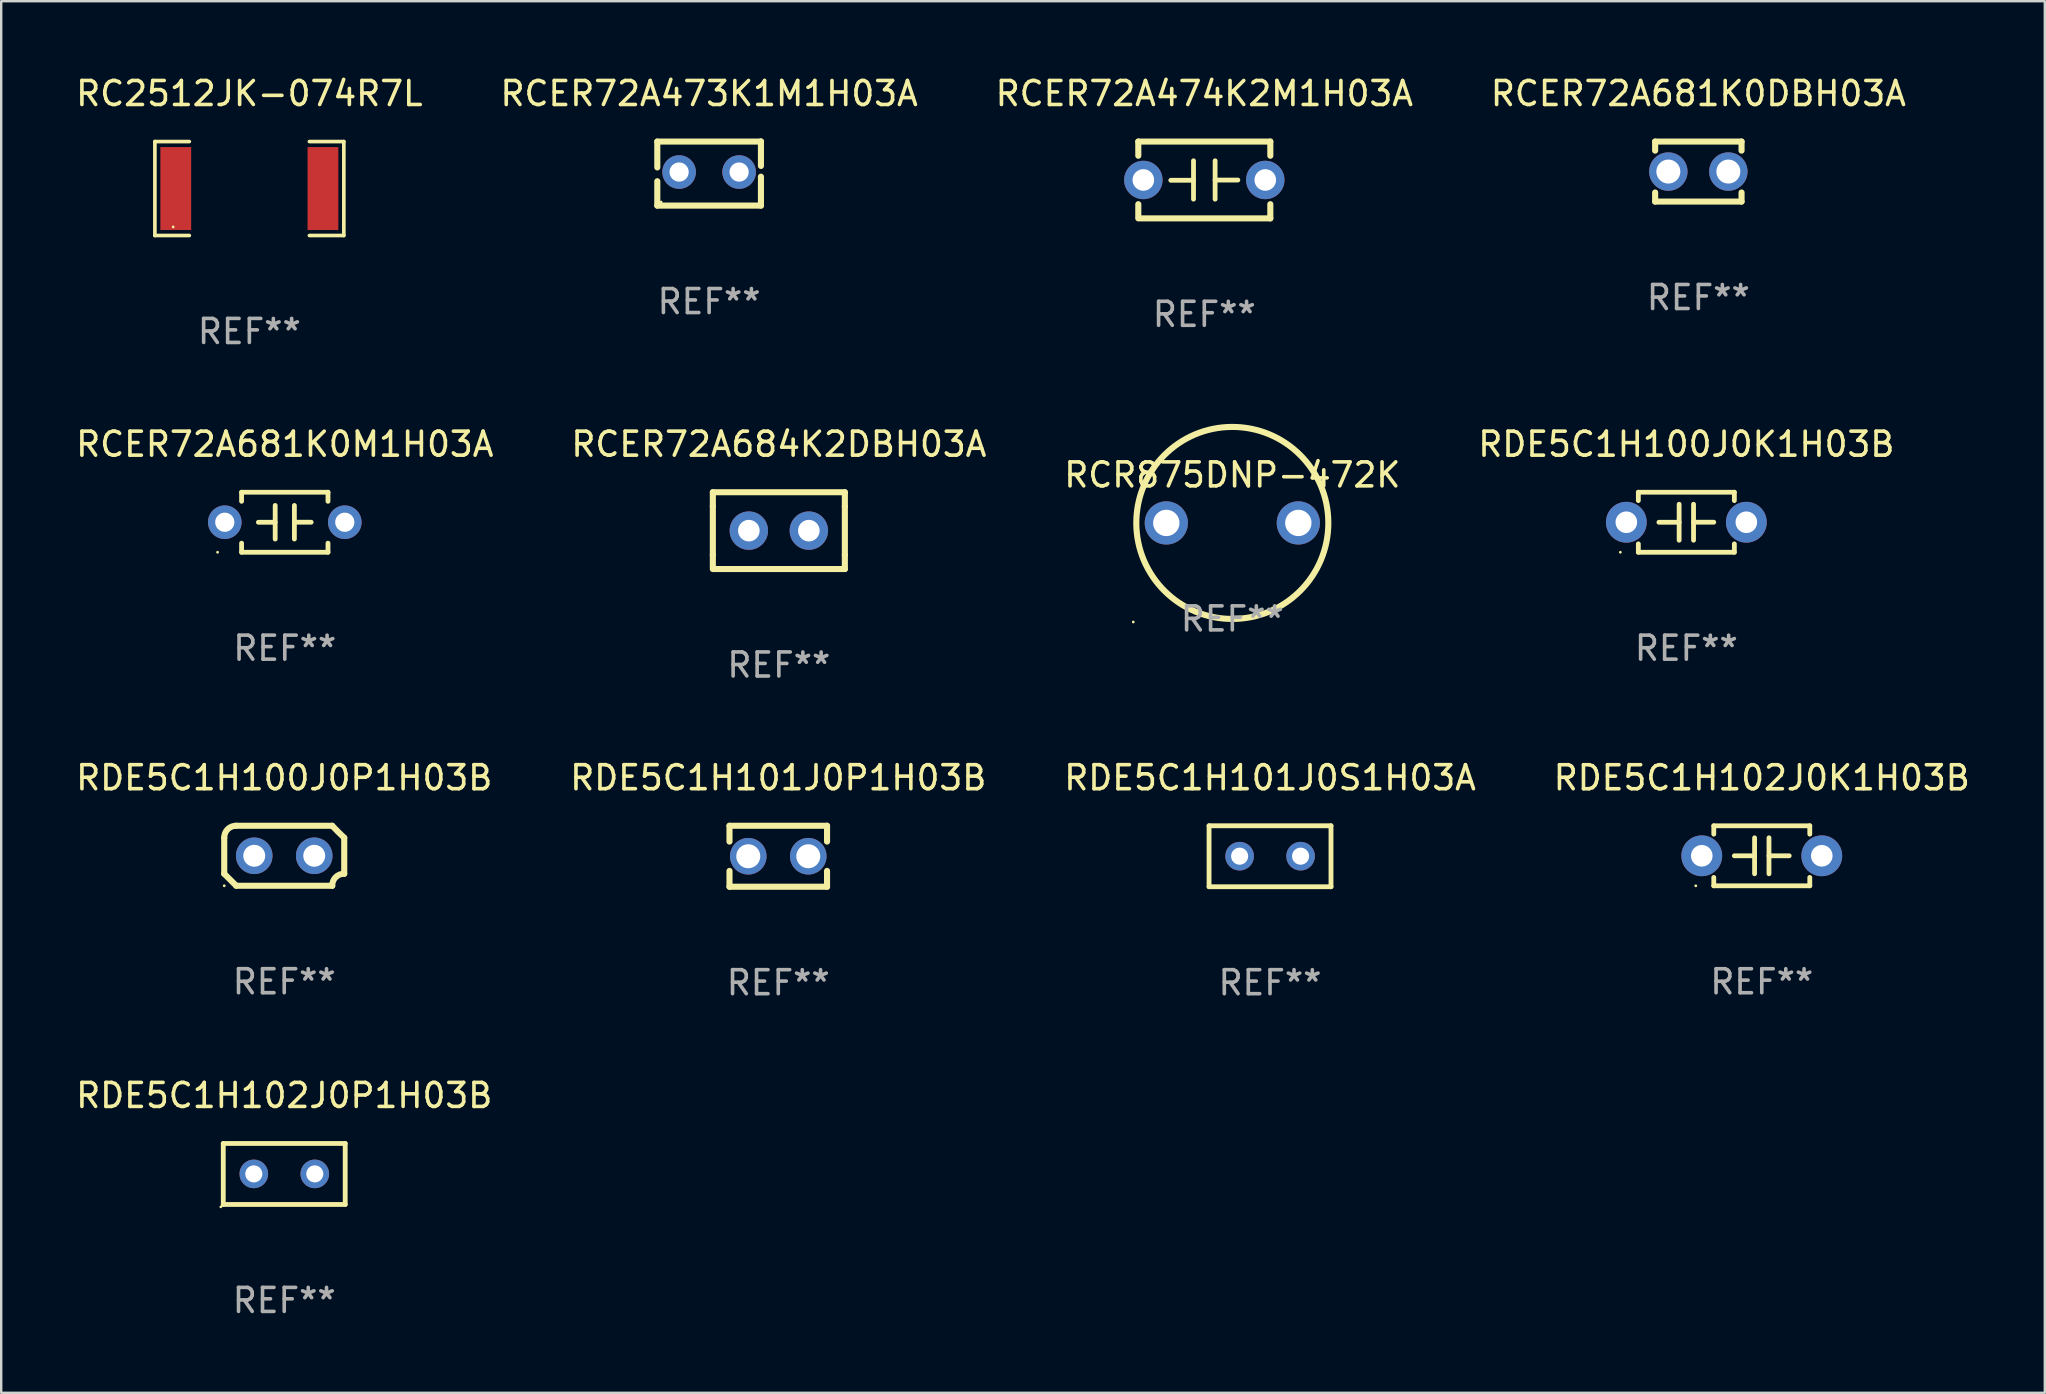
<source format=kicad_pcb>
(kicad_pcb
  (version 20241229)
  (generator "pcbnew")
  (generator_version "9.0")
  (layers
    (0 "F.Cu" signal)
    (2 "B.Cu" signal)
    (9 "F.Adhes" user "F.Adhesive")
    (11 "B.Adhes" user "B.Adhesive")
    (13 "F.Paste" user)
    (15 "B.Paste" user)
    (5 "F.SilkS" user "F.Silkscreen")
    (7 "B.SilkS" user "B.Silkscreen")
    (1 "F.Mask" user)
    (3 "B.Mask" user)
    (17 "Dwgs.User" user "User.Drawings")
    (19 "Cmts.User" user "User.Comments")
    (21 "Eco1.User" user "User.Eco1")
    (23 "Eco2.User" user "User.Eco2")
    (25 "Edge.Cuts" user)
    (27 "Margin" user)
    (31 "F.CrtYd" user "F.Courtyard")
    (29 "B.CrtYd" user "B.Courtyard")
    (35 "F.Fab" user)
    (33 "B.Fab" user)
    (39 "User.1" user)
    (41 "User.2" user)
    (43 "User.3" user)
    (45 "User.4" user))
  (footprint "RDE5C1H101J0S1H03A"
    (layer "F.Cu")
    (at 49.863 32.624)
    (property "Reference" "RDE5C1H101J0S1H03A" (at 0 -3.27 0) (layer "F.SilkS") (effects (font (size 1 1) (thickness 0.15))))
    (attr through_hole)
    (fp_line (start -2.54 -1.27) (end -2.54 1.27) (stroke (width 0.201) (type solid)) (layer "F.SilkS"))
    (fp_line (start -2.54 1.27) (end 2.54 1.27) (stroke (width 0.201) (type solid)) (layer "F.SilkS"))
    (fp_line (start 2.54 -1.27) (end -2.54 -1.27) (stroke (width 0.201) (type solid)) (layer "F.SilkS"))
    (fp_line (start 2.54 1.27) (end 2.54 -1.27) (stroke (width 0.201) (type solid)) (layer "F.SilkS"))
    (fp_circle (center -2.497 1.247) (end -2.467 1.247) (stroke (width 0.06) (type solid)) (fill no) (layer "F.SilkS"))
    (fp_text user "REF**" (at 0 5.27 0) (layer "F.Fab") (effects (font (size 1 1) (thickness 0.15))))
    (pad "1" thru_hole circle (at -1.267 -0.003) (size 1.194 1.194) (drill 0.711) (layers "*.Cu" "*.Mask"))
    (pad "2" thru_hole circle (at 1.273 -0.003) (size 1.194 1.194) (drill 0.711) (layers "*.Cu" "*.Mask")))
  (footprint "RDE5C1H100J0P1H03B"
    (layer "F.Cu")
    (at 8.792 32.604)
    (property "Reference" "RDE5C1H100J0P1H03B" (at 0 -3.25 0) (layer "F.SilkS") (effects (font (size 1 1) (thickness 0.15))))
    (attr through_hole)
    (fp_line (start -2.5 -0.75) (end -2.5 0.75) (stroke (width 0.254) (type solid)) (layer "F.SilkS"))
    (fp_line (start -2 -1.25) (end 2 -1.25) (stroke (width 0.254) (type solid)) (layer "F.SilkS"))
    (fp_line (start 2 1.25) (end -2 1.25) (stroke (width 0.254) (type solid)) (layer "F.SilkS"))
    (fp_line (start 2.5 0.75) (end 2.5 -0.75) (stroke (width 0.254) (type solid)) (layer "F.SilkS"))
    (fp_arc (start -2.5 0.749962) (mid -2.249559 0.999558) (end -1.99929 1.249325) (stroke (width 0.254001) (type solid)) (layer "F.SilkS"))
    (fp_arc (start -2.499366 -0.749302) (mid -2.356411 -1.106098) (end -2 -1.250013) (stroke (width 0.254001) (type solid)) (layer "F.SilkS"))
    (fp_arc (start 2 1.250013) (mid 2.142747 0.89301) (end 2.499364 0.749302) (stroke (width 0.254001) (type solid)) (layer "F.SilkS"))
    (fp_arc (start 2.5 -0.749962) (mid 2.245609 -0.995598) (end 1.999289 -1.249327) (stroke (width 0.254001) (type solid)) (layer "F.SilkS"))
    (fp_circle (center -2.5 1.25) (end -2.47 1.25) (stroke (width 0.06) (type solid)) (fill no) (layer "F.SilkS"))
    (fp_text user "REF**" (at 0 5.25 0) (layer "F.Fab") (effects (font (size 1 1) (thickness 0.15))))
    (pad "1" thru_hole circle (at -1.25 0) (size 1.524 1.524) (drill 0.914) (layers "*.Cu" "*.Mask"))
    (pad "2" thru_hole circle (at 1.25 0) (size 1.524 1.524) (drill 0.914) (layers "*.Cu" "*.Mask")))
  (footprint "RCER72A684K2DBH03A"
    (layer "F.Cu")
    (at 29.399 19.058)
    (property "Reference" "RCER72A684K2DBH03A" (at 0 -3.6 0) (layer "F.SilkS") (effects (font (size 1 1) (thickness 0.15))))
    (attr through_hole)
    (fp_line (start -2.75 -1.6) (end -2.75 -1.01) (stroke (width 0.254) (type solid)) (layer "F.SilkS"))
    (fp_line (start -2.75 -1.6) (end 2.75 -1.6) (stroke (width 0.254) (type solid)) (layer "F.SilkS"))
    (fp_line (start -2.75 -1.01) (end -2.75 1.01) (stroke (width 0.254) (type solid)) (layer "F.SilkS"))
    (fp_line (start -2.75 1.01) (end -2.75 1.524) (stroke (width 0.254) (type solid)) (layer "F.SilkS"))
    (fp_line (start -2.75 1.6) (end 2.75 1.6) (stroke (width 0.254) (type solid)) (layer "F.SilkS"))
    (fp_line (start 2.75 -1.6) (end 2.75 -1.01) (stroke (width 0.254) (type solid)) (layer "F.SilkS"))
    (fp_line (start 2.75 -1.01) (end 2.75 1.01) (stroke (width 0.254) (type solid)) (layer "F.SilkS"))
    (fp_line (start 2.75 1.01) (end 2.75 1.6) (stroke (width 0.254) (type solid)) (layer "F.SilkS"))
    (fp_circle (center -2.75 1.6) (end -2.72 1.6) (stroke (width 0.06) (type solid)) (fill no) (layer "F.SilkS"))
    (fp_text user "REF**" (at 0 5.6 0) (layer "F.Fab") (effects (font (size 1 1) (thickness 0.15))))
    (pad "1" thru_hole circle (at -1.25 0) (size 1.6 1.6) (drill 0.9) (layers "*.Cu" "*.Mask"))
    (pad "2" thru_hole circle (at 1.25 0) (size 1.6 1.6) (drill 0.9) (layers "*.Cu" "*.Mask")))
  (footprint "RCER72A474K2M1H03A"
    (layer "F.Cu")
    (at 47.125 4.448)
    (property "Reference" "RCER72A474K2M1H03A" (at 0 -3.6 0) (layer "F.SilkS") (effects (font (size 1 1) (thickness 0.15))))
    (attr through_hole)
    (fp_line (start -2.75 -1.6) (end -2.75 -1.009) (stroke (width 0.254) (type solid)) (layer "F.SilkS"))
    (fp_line (start -2.75 -1.6) (end 2.75 -1.6) (stroke (width 0.254) (type solid)) (layer "F.SilkS"))
    (fp_line (start -2.75 1.009) (end -2.75 1.524) (stroke (width 0.254) (type solid)) (layer "F.SilkS"))
    (fp_line (start -2.75 1.6) (end 2.75 1.6) (stroke (width 0.254) (type solid)) (layer "F.SilkS"))
    (fp_line (start -0.45 -0.8) (end -0.45 0.8) (stroke (width 0.2) (type solid)) (layer "F.SilkS"))
    (fp_line (start -0.45 0.013) (end -1.397 0.013) (stroke (width 0.2) (type solid)) (layer "F.SilkS"))
    (fp_line (start 0.45 0.003) (end 1.397 0.003) (stroke (width 0.2) (type solid)) (layer "F.SilkS"))
    (fp_line (start 0.45 0.8) (end 0.45 -0.8) (stroke (width 0.2) (type solid)) (layer "F.SilkS"))
    (fp_line (start 2.75 -1.6) (end 2.75 -1.009) (stroke (width 0.254) (type solid)) (layer "F.SilkS"))
    (fp_line (start 2.75 1.009) (end 2.75 1.6) (stroke (width 0.254) (type solid)) (layer "F.SilkS"))
    (fp_circle (center -2.79 1.6) (end -2.76 1.6) (stroke (width 0.06) (type solid)) (fill no) (layer "F.SilkS"))
    (fp_text user "REF**" (at 0 5.6 0) (layer "F.Fab") (effects (font (size 1 1) (thickness 0.15))))
    (pad "1" thru_hole circle (at -2.54 0) (size 1.6 1.6) (drill 0.9) (layers "*.Cu" "*.Mask"))
    (pad "2" thru_hole circle (at 2.54 0) (size 1.6 1.6) (drill 0.9) (layers "*.Cu" "*.Mask")))
  (footprint "RDE5C1H100J0K1H03B"
    (layer "F.Cu")
    (at 67.208 18.708)
    (property "Reference" "RDE5C1H100J0K1H03B" (at 0 -3.25 0) (layer "F.SilkS") (effects (font (size 1 1) (thickness 0.15))))
    (attr through_hole)
    (fp_line (start -2 -1.25) (end -2 -0.901) (stroke (width 0.2) (type solid)) (layer "F.SilkS"))
    (fp_line (start -2 -1.25) (end 2 -1.25) (stroke (width 0.2) (type solid)) (layer "F.SilkS"))
    (fp_line (start -2 0.901) (end -2 1.25) (stroke (width 0.2) (type solid)) (layer "F.SilkS"))
    (fp_line (start -0.3 -0.75) (end -0.3 0.75) (stroke (width 0.2) (type solid)) (layer "F.SilkS"))
    (fp_line (start -0.3 0.001) (end -1.143 0.001) (stroke (width 0.2) (type solid)) (layer "F.SilkS"))
    (fp_line (start 0.3 -0.001) (end 1.143 -0.001) (stroke (width 0.2) (type solid)) (layer "F.SilkS"))
    (fp_line (start 0.3 0.75) (end 0.3 -0.75) (stroke (width 0.2) (type solid)) (layer "F.SilkS"))
    (fp_line (start 2 -1.25) (end 2 -0.901) (stroke (width 0.2) (type solid)) (layer "F.SilkS"))
    (fp_line (start 2 0.901) (end 2 1.25) (stroke (width 0.2) (type solid)) (layer "F.SilkS"))
    (fp_line (start 2 1.25) (end -2 1.25) (stroke (width 0.2) (type solid)) (layer "F.SilkS"))
    (fp_circle (center -2.75 1.25) (end -2.72 1.25) (stroke (width 0.06) (type solid)) (fill no) (layer "F.SilkS"))
    (fp_text user "REF**" (at 0 5.25 0) (layer "F.Fab") (effects (font (size 1 1) (thickness 0.15))))
    (pad "1" thru_hole circle (at -2.5 0) (size 1.7 1.7) (drill 0.9) (layers "*.Cu" "*.Mask"))
    (pad "2" thru_hole circle (at 2.5 0) (size 1.7 1.7) (drill 0.9) (layers "*.Cu" "*.Mask")))
  (footprint "RCER72A681K0DBH03A"
    (layer "F.Cu")
    (at 67.708 4.098)
    (property "Reference" "RCER72A681K0DBH03A" (at 0 -3.25 0) (layer "F.SilkS") (effects (font (size 1 1) (thickness 0.15))))
    (attr through_hole)
    (fp_line (start -1.8 -1.25) (end -1.8 -0.872) (stroke (width 0.254) (type solid)) (layer "F.SilkS"))
    (fp_line (start -1.8 -1.25) (end 1.8 -1.25) (stroke (width 0.254) (type solid)) (layer "F.SilkS"))
    (fp_line (start -1.8 0.872) (end -1.8 1.25) (stroke (width 0.254) (type solid)) (layer "F.SilkS"))
    (fp_line (start -1.8 1.25) (end 1.8 1.25) (stroke (width 0.254) (type solid)) (layer "F.SilkS"))
    (fp_line (start 1.8 -1.25) (end 1.8 -0.872) (stroke (width 0.254) (type solid)) (layer "F.SilkS"))
    (fp_line (start 1.8 0.872) (end 1.8 1.25) (stroke (width 0.254) (type solid)) (layer "F.SilkS"))
    (fp_circle (center -1.8 1.25) (end -1.77 1.25) (stroke (width 0.06) (type solid)) (fill no) (layer "F.SilkS"))
    (fp_text user "REF**" (at 0 5.25 0) (layer "F.Fab") (effects (font (size 1 1) (thickness 0.15))))
    (pad "1" thru_hole circle (at -1.25 0) (size 1.6 1.6) (drill 1) (layers "*.Cu" "*.Mask"))
    (pad "2" thru_hole circle (at 1.25 0) (size 1.6 1.6) (drill 1) (layers "*.Cu" "*.Mask")))
  (footprint "RC2512JK-074R7L"
    (layer "F.Cu")
    (at 7.339 4.805)
    (property "Reference" "RC2512JK-074R7L" (at 0 -3.957 0) (layer "F.SilkS") (effects (font (size 1 1) (thickness 0.15))))
    (attr through_hole)
    (fp_line (start -3.936 -1.957) (end -2.501 -1.957) (stroke (width 0.152) (type solid)) (layer "F.SilkS"))
    (fp_line (start -3.936 1.957) (end -3.936 -1.957) (stroke (width 0.152) (type solid)) (layer "F.SilkS"))
    (fp_line (start -2.501 1.957) (end -3.936 1.957) (stroke (width 0.152) (type solid)) (layer "F.SilkS"))
    (fp_line (start 2.501 1.957) (end 3.936 1.957) (stroke (width 0.152) (type solid)) (layer "F.SilkS"))
    (fp_line (start 3.936 -1.957) (end 2.501 -1.957) (stroke (width 0.152) (type solid)) (layer "F.SilkS"))
    (fp_line (start 3.936 1.957) (end 3.936 -1.957) (stroke (width 0.152) (type solid)) (layer "F.SilkS"))
    (fp_circle (center -3.175 1.6) (end -3.145 1.6) (stroke (width 0.06) (type solid)) (fill no) (layer "F.SilkS"))
    (fp_text user "REF**" (at 0 5.957 0) (layer "F.Fab") (effects (font (size 1 1) (thickness 0.15))))
    (pad "1" smd rect (at -3.066 0) (size 1.283 3.456) (layers "F.Cu" "F.Mask" "F.Paste"))
    (pad "2" smd rect (at 3.066 0) (size 1.283 3.456) (layers "F.Cu" "F.Mask" "F.Paste")))
  (footprint "RDE5C1H102J0K1H03B"
    (layer "F.Cu")
    (at 70.351 32.605)
    (property "Reference" "RDE5C1H102J0K1H03B" (at 0 -3.25 0) (layer "F.SilkS") (effects (font (size 1 1) (thickness 0.15))))
    (attr through_hole)
    (fp_line (start -2 -1.25) (end -2 -0.901) (stroke (width 0.2) (type solid)) (layer "F.SilkS"))
    (fp_line (start -2 -1.25) (end 2 -1.25) (stroke (width 0.2) (type solid)) (layer "F.SilkS"))
    (fp_line (start -2 0.901) (end -2 1.25) (stroke (width 0.2) (type solid)) (layer "F.SilkS"))
    (fp_line (start -0.3 -0.75) (end -0.3 0.75) (stroke (width 0.2) (type solid)) (layer "F.SilkS"))
    (fp_line (start -0.3 0.001) (end -1.143 0.001) (stroke (width 0.2) (type solid)) (layer "F.SilkS"))
    (fp_line (start 0.3 -0.001) (end 1.143 -0.001) (stroke (width 0.2) (type solid)) (layer "F.SilkS"))
    (fp_line (start 0.3 0.75) (end 0.3 -0.75) (stroke (width 0.2) (type solid)) (layer "F.SilkS"))
    (fp_line (start 2 -1.25) (end 2 -0.901) (stroke (width 0.2) (type solid)) (layer "F.SilkS"))
    (fp_line (start 2 0.901) (end 2 1.25) (stroke (width 0.2) (type solid)) (layer "F.SilkS"))
    (fp_line (start 2 1.25) (end -2 1.25) (stroke (width 0.2) (type solid)) (layer "F.SilkS"))
    (fp_circle (center -2.75 1.25) (end -2.72 1.25) (stroke (width 0.06) (type solid)) (fill no) (layer "F.SilkS"))
    (fp_text user "REF**" (at 0 5.25 0) (layer "F.Fab") (effects (font (size 1 1) (thickness 0.15))))
    (pad "1" thru_hole circle (at -2.5 0) (size 1.7 1.7) (drill 0.9) (layers "*.Cu" "*.Mask"))
    (pad "2" thru_hole circle (at 2.5 0) (size 1.7 1.7) (drill 0.9) (layers "*.Cu" "*.Mask")))
  (footprint "RCER72A681K0M1H03A"
    (layer "F.Cu")
    (at 8.815 18.708)
    (property "Reference" "RCER72A681K0M1H03A" (at 0 -3.25 0) (layer "F.SilkS") (effects (font (size 1 1) (thickness 0.15))))
    (attr through_hole)
    (fp_line (start -1.8 -1.25) (end -1.8 -0.872) (stroke (width 0.2) (type solid)) (layer "F.SilkS"))
    (fp_line (start -1.8 -1.25) (end 1.8 -1.25) (stroke (width 0.2) (type solid)) (layer "F.SilkS"))
    (fp_line (start -1.8 0.872) (end -1.8 1.25) (stroke (width 0.2) (type solid)) (layer "F.SilkS"))
    (fp_line (start -1.8 1.25) (end 1.8 1.25) (stroke (width 0.2) (type solid)) (layer "F.SilkS"))
    (fp_line (start -0.4 -0.7) (end -0.4 0.7) (stroke (width 0.2) (type solid)) (layer "F.SilkS"))
    (fp_line (start -0.4 0.002) (end -1.1 0.002) (stroke (width 0.2) (type solid)) (layer "F.SilkS"))
    (fp_line (start 0.4 -0.001) (end 1.1 -0.001) (stroke (width 0.2) (type solid)) (layer "F.SilkS"))
    (fp_line (start 0.4 0.7) (end 0.4 -0.7) (stroke (width 0.2) (type solid)) (layer "F.SilkS"))
    (fp_line (start 1.8 -1.25) (end 1.8 -0.872) (stroke (width 0.2) (type solid)) (layer "F.SilkS"))
    (fp_line (start 1.8 0.872) (end 1.8 1.25) (stroke (width 0.2) (type solid)) (layer "F.SilkS"))
    (fp_circle (center -2.8 1.25) (end -2.77 1.25) (stroke (width 0.06) (type solid)) (fill no) (layer "F.SilkS"))
    (fp_text user "REF**" (at 0 5.25 0) (layer "F.Fab") (effects (font (size 1 1) (thickness 0.15))))
    (pad "1" thru_hole circle (at -2.5 0) (size 1.4 1.4) (drill 0.8) (layers "*.Cu" "*.Mask"))
    (pad "2" thru_hole circle (at 2.5 0) (size 1.4 1.4) (drill 0.8) (layers "*.Cu" "*.Mask")))
  (footprint "RCER72A473K1M1H03A"
    (layer "F.Cu")
    (at 26.494 4.182)
    (property "Reference" "RCER72A473K1M1H03A" (at 0 -3.334 0) (layer "F.SilkS") (effects (font (size 1 1) (thickness 0.15))))
    (attr through_hole)
    (fp_line (start -2.159 -1.334) (end 2.159 -1.334) (stroke (width 0.254) (type solid)) (layer "F.SilkS"))
    (fp_line (start -2.159 -0.256) (end -2.159 -1.334) (stroke (width 0.254) (type solid)) (layer "F.SilkS"))
    (fp_line (start -2.159 1.334) (end -2.159 0.318) (stroke (width 0.254) (type solid)) (layer "F.SilkS"))
    (fp_line (start 2.159 -1.334) (end 2.159 -1.334) (stroke (width 0.254) (type solid)) (layer "F.SilkS"))
    (fp_line (start 2.159 -1.334) (end 2.159 -0.318) (stroke (width 0.254) (type solid)) (layer "F.SilkS"))
    (fp_line (start 2.159 0.129) (end 2.159 1.334) (stroke (width 0.254) (type solid)) (layer "F.SilkS"))
    (fp_line (start 2.159 1.334) (end -2.159 1.334) (stroke (width 0.254) (type solid)) (layer "F.SilkS"))
    (fp_circle (center -2 1.186) (end -1.97 1.186) (stroke (width 0.06) (type solid)) (fill no) (layer "F.SilkS"))
    (fp_text user "REF**" (at 0 5.334 0) (layer "F.Fab") (effects (font (size 1 1) (thickness 0.15))))
    (pad "1" thru_hole circle (at -1.25 -0.064) (size 1.4 1.4) (drill 0.8) (layers "*.Cu" "*.Mask"))
    (pad "2" thru_hole circle (at 1.25 -0.064) (size 1.4 1.4) (drill 0.8) (layers "*.Cu" "*.Mask")))
  (footprint "RCR875DNP-472K"
    (layer "F.Cu")
    (at 48.292 18.737)
    (property "Reference" "RCR875DNP-472K" (at 0 -2 0) (layer "F.SilkS") (effects (font (size 1 1) (thickness 0.15))))
    (attr through_hole)
    (fp_circle (center -4.127 4.127) (end -4.097 4.127) (stroke (width 0.06) (type solid)) (fill no) (layer "F.SilkS"))
    (fp_circle (center 0 0) (end 4 0) (stroke (width 0.254) (type solid)) (fill no) (layer "F.SilkS"))
    (fp_text user "REF**" (at 0 4 0) (layer "F.Fab") (effects (font (size 1 1) (thickness 0.15))))
    (pad "1" thru_hole circle (at -2.75 0) (size 1.8 1.8) (drill 1.1) (layers "*.Cu" "*.Mask"))
    (pad "2" thru_hole circle (at 2.75 0) (size 1.8 1.8) (drill 1.1) (layers "*.Cu" "*.Mask")))
  (footprint "RDE5C1H101J0P1H03B"
    (layer "F.Cu")
    (at 29.375 32.624)
    (property "Reference" "RDE5C1H101J0P1H03B" (at 0 -3.27 0) (layer "F.SilkS") (effects (font (size 1 1) (thickness 0.15))))
    (attr through_hole)
    (fp_line (start -2.032 -1.27) (end -2.032 -0.611) (stroke (width 0.254) (type solid)) (layer "F.SilkS"))
    (fp_line (start -2.032 0.611) (end -2.032 1.27) (stroke (width 0.254) (type solid)) (layer "F.SilkS"))
    (fp_line (start -2.032 1.27) (end 2.032 1.27) (stroke (width 0.254) (type solid)) (layer "F.SilkS"))
    (fp_line (start 2.032 -1.27) (end -2.032 -1.27) (stroke (width 0.254) (type solid)) (layer "F.SilkS"))
    (fp_line (start 2.032 -0.611) (end 2.032 -1.27) (stroke (width 0.254) (type solid)) (layer "F.SilkS"))
    (fp_line (start 2.032 1.27) (end 2.032 0.611) (stroke (width 0.254) (type solid)) (layer "F.SilkS"))
    (fp_circle (center -2 1.25) (end -1.97 1.25) (stroke (width 0.06) (type solid)) (fill no) (layer "F.SilkS"))
    (fp_text user "REF**" (at 0 5.27 0) (layer "F.Fab") (effects (font (size 1 1) (thickness 0.15))))
    (pad "1" thru_hole circle (at -1.25 0) (size 1.524 1.524) (drill 1) (layers "*.Cu" "*.Mask"))
    (pad "2" thru_hole circle (at 1.25 0) (size 1.524 1.524) (drill 1) (layers "*.Cu" "*.Mask")))
  (footprint "RDE5C1H102J0P1H03B"
    (layer "F.Cu")
    (at 8.792 45.861)
    (property "Reference" "RDE5C1H102J0P1H03B" (at 0 -3.27 0) (layer "F.SilkS") (effects (font (size 1 1) (thickness 0.15))))
    (attr through_hole)
    (fp_line (start -2.54 -1.27) (end -2.54 1.27) (stroke (width 0.201) (type solid)) (layer "F.SilkS"))
    (fp_line (start -2.54 1.27) (end 2.54 1.27) (stroke (width 0.201) (type solid)) (layer "F.SilkS"))
    (fp_line (start 2.54 -1.27) (end -2.54 -1.27) (stroke (width 0.201) (type solid)) (layer "F.SilkS"))
    (fp_line (start 2.54 1.27) (end 2.54 -1.27) (stroke (width 0.201) (type solid)) (layer "F.SilkS"))
    (fp_circle (center -2.64 1.37) (end -2.61 1.37) (stroke (width 0.06) (type solid)) (fill no) (layer "F.SilkS"))
    (fp_text user "REF**" (at 0 5.27 0) (layer "F.Fab") (effects (font (size 1 1) (thickness 0.15))))
    (pad "1" thru_hole circle (at -1.267 -0.003) (size 1.194 1.194) (drill 0.711) (layers "*.Cu" "*.Mask"))
    (pad "2" thru_hole circle (at 1.273 -0.003) (size 1.194 1.194) (drill 0.711) (layers "*.Cu" "*.Mask")))
  (gr_rect
    (start -3 -3)
    (end 82.143 54.979)
    (stroke (width 0.1) (type default))
    (fill no)
    (layer "Edge.Cuts")))
</source>
